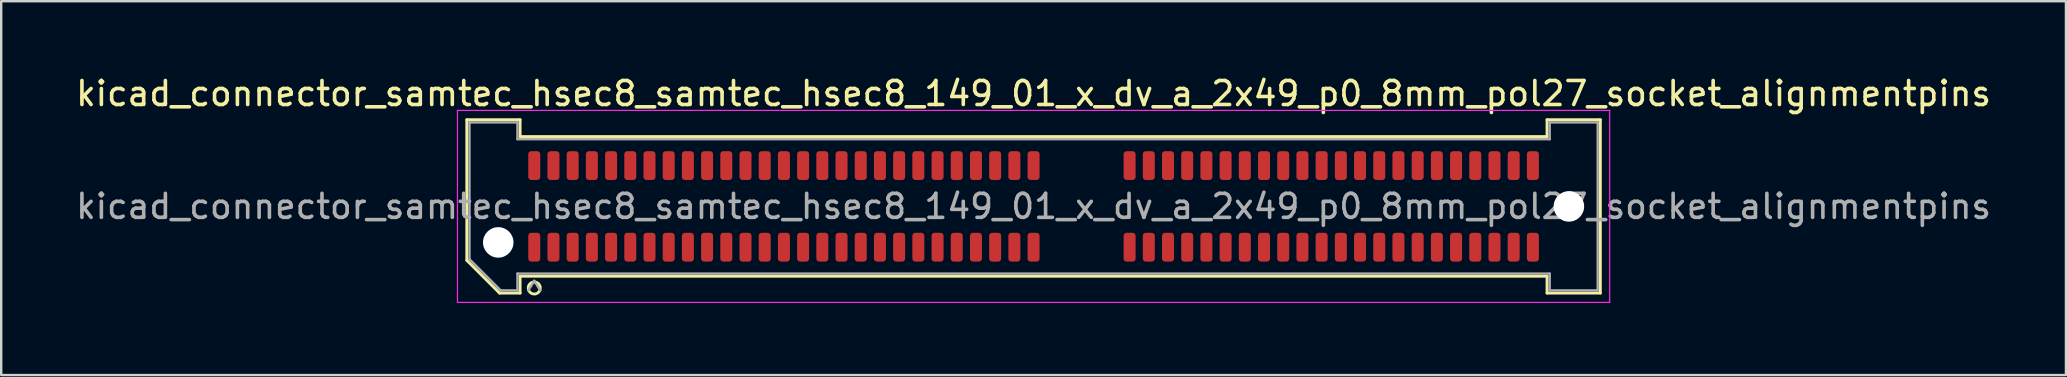
<source format=kicad_pcb>
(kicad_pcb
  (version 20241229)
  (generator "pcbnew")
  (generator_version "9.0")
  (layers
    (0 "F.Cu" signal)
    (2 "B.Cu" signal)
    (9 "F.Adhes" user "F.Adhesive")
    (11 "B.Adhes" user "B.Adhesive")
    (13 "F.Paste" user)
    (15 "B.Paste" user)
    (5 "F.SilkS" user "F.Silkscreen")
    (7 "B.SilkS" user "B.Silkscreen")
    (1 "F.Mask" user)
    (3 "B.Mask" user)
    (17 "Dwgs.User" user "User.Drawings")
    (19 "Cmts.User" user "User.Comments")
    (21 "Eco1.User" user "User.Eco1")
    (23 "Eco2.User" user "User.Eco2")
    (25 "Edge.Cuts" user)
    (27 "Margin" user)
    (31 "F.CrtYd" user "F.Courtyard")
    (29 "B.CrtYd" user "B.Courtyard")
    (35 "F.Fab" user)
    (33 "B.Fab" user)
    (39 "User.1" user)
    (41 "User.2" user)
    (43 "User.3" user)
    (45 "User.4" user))
  (footprint "kicad_connector_samtec_hsec8_samtec_hsec8_149_01_x_dv_a_2x49_p0_8mm_pol27_socket_alignmentpins"
    (layer "F.Cu")
    (at 40.006 5.548)
    (property "Reference" "kicad_connector_samtec_hsec8_samtec_hsec8_149_01_x_dv_a_2x49_p0_8mm_pol27_socket_alignmentpins" (at 0 -4.7 0) (layer "F.SilkS") (effects (font (size 1 1) (thickness 0.15))))
    (attr smd)
    (fp_line (start -23.61 -3.61) (end -21.39 -3.61) (stroke (width 0.12) (type solid)) (layer "F.SilkS"))
    (fp_line (start -23.61 2.246) (end -23.61 -3.61) (stroke (width 0.12) (type solid)) (layer "F.SilkS"))
    (fp_line (start -22.246 3.61) (end -23.61 2.246) (stroke (width 0.12) (type solid)) (layer "F.SilkS"))
    (fp_line (start -21.39 -3.61) (end -21.39 -2.91) (stroke (width 0.12) (type solid)) (layer "F.SilkS"))
    (fp_line (start -21.39 -2.91) (end 21.39 -2.91) (stroke (width 0.12) (type solid)) (layer "F.SilkS"))
    (fp_line (start -21.39 2.91) (end -21.39 3.61) (stroke (width 0.12) (type solid)) (layer "F.SilkS"))
    (fp_line (start -21.39 3.61) (end -22.246 3.61) (stroke (width 0.12) (type solid)) (layer "F.SilkS"))
    (fp_line (start 21.39 -3.61) (end 23.61 -3.61) (stroke (width 0.12) (type solid)) (layer "F.SilkS"))
    (fp_line (start 21.39 -2.91) (end 21.39 -3.61) (stroke (width 0.12) (type solid)) (layer "F.SilkS"))
    (fp_line (start 21.39 2.91) (end -21.39 2.91) (stroke (width 0.12) (type solid)) (layer "F.SilkS"))
    (fp_line (start 21.39 3.61) (end 21.39 2.91) (stroke (width 0.12) (type solid)) (layer "F.SilkS"))
    (fp_line (start 23.61 -3.61) (end 23.61 3.61) (stroke (width 0.12) (type solid)) (layer "F.SilkS"))
    (fp_line (start 23.61 3.61) (end 21.39 3.61) (stroke (width 0.12) (type solid)) (layer "F.SilkS"))
    (fp_arc (start -20.55 3.4) (mid -21.05 3.4) (end -20.55 3.4) (stroke (width 0.12) (type solid)) (layer "F.SilkS"))
    (fp_line (start -24 -4) (end -24 4) (stroke (width 0.05) (type solid)) (layer "F.CrtYd"))
    (fp_line (start -24 4) (end 24 4) (stroke (width 0.05) (type solid)) (layer "F.CrtYd"))
    (fp_line (start 24 -4) (end -24 -4) (stroke (width 0.05) (type solid)) (layer "F.CrtYd"))
    (fp_line (start 24 4) (end 24 -4) (stroke (width 0.05) (type solid)) (layer "F.CrtYd"))
    (fp_line (start -23.5 -3.5) (end -21.5 -3.5) (stroke (width 0.1) (type solid)) (layer "F.Fab"))
    (fp_line (start -23.5 2.2) (end -23.5 -3.5) (stroke (width 0.1) (type solid)) (layer "F.Fab"))
    (fp_line (start -22.2 3.5) (end -23.5 2.2) (stroke (width 0.1) (type solid)) (layer "F.Fab"))
    (fp_line (start -21.5 -3.5) (end -21.5 -2.8) (stroke (width 0.1) (type solid)) (layer "F.Fab"))
    (fp_line (start -21.5 -2.8) (end 21.5 -2.8) (stroke (width 0.1) (type solid)) (layer "F.Fab"))
    (fp_line (start -21.5 2.8) (end -21.5 3.5) (stroke (width 0.1) (type solid)) (layer "F.Fab"))
    (fp_line (start -21.5 3.5) (end -22.2 3.5) (stroke (width 0.1) (type solid)) (layer "F.Fab"))
    (fp_line (start -20.8 3.1) (end -21.05 3.5) (stroke (width 0.1) (type solid)) (layer "F.Fab"))
    (fp_line (start -20.8 3.1) (end -20.55 3.5) (stroke (width 0.1) (type solid)) (layer "F.Fab"))
    (fp_line (start 21.5 -3.5) (end 23.5 -3.5) (stroke (width 0.1) (type solid)) (layer "F.Fab"))
    (fp_line (start 21.5 -2.8) (end 21.5 -3.5) (stroke (width 0.1) (type solid)) (layer "F.Fab"))
    (fp_line (start 21.5 2.8) (end -21.5 2.8) (stroke (width 0.1) (type solid)) (layer "F.Fab"))
    (fp_line (start 21.5 3.5) (end 21.5 2.8) (stroke (width 0.1) (type solid)) (layer "F.Fab"))
    (fp_line (start 23.5 -3.5) (end 23.5 3.5) (stroke (width 0.1) (type solid)) (layer "F.Fab"))
    (fp_line (start 23.5 3.5) (end 21.5 3.5) (stroke (width 0.1) (type solid)) (layer "F.Fab"))
    (fp_text user "${REFERENCE}" (at 0 0 0) (layer "F.Fab") (effects (font (size 1 1) (thickness 0.15))))
    (pad "" np_thru_hole circle (at -22.3 1.5) (size 1.27 1.27) (drill 1.27) (layers "*.Cu" "*.Mask"))
    (pad "" np_thru_hole circle (at 22.3 0) (size 1.27 1.27) (drill 1.27) (layers "*.Cu" "*.Mask"))
    (pad "1" smd roundrect (at -20.8 1.7) (size 0.5 1.2) (layers "F.Cu" "F.Mask" "F.Paste") (roundrect_rratio 0.25))
    (pad "2" smd roundrect (at -20.8 -1.7) (size 0.5 1.2) (layers "F.Cu" "F.Mask" "F.Paste") (roundrect_rratio 0.25))
    (pad "3" smd roundrect (at -20 1.7) (size 0.5 1.2) (layers "F.Cu" "F.Mask" "F.Paste") (roundrect_rratio 0.25))
    (pad "4" smd roundrect (at -20 -1.7) (size 0.5 1.2) (layers "F.Cu" "F.Mask" "F.Paste") (roundrect_rratio 0.25))
    (pad "5" smd roundrect (at -19.2 1.7) (size 0.5 1.2) (layers "F.Cu" "F.Mask" "F.Paste") (roundrect_rratio 0.25))
    (pad "6" smd roundrect (at -19.2 -1.7) (size 0.5 1.2) (layers "F.Cu" "F.Mask" "F.Paste") (roundrect_rratio 0.25))
    (pad "7" smd roundrect (at -18.4 1.7) (size 0.5 1.2) (layers "F.Cu" "F.Mask" "F.Paste") (roundrect_rratio 0.25))
    (pad "8" smd roundrect (at -18.4 -1.7) (size 0.5 1.2) (layers "F.Cu" "F.Mask" "F.Paste") (roundrect_rratio 0.25))
    (pad "9" smd roundrect (at -17.6 1.7) (size 0.5 1.2) (layers "F.Cu" "F.Mask" "F.Paste") (roundrect_rratio 0.25))
    (pad "10" smd roundrect (at -17.6 -1.7) (size 0.5 1.2) (layers "F.Cu" "F.Mask" "F.Paste") (roundrect_rratio 0.25))
    (pad "11" smd roundrect (at -16.8 1.7) (size 0.5 1.2) (layers "F.Cu" "F.Mask" "F.Paste") (roundrect_rratio 0.25))
    (pad "12" smd roundrect (at -16.8 -1.7) (size 0.5 1.2) (layers "F.Cu" "F.Mask" "F.Paste") (roundrect_rratio 0.25))
    (pad "13" smd roundrect (at -16 1.7) (size 0.5 1.2) (layers "F.Cu" "F.Mask" "F.Paste") (roundrect_rratio 0.25))
    (pad "14" smd roundrect (at -16 -1.7) (size 0.5 1.2) (layers "F.Cu" "F.Mask" "F.Paste") (roundrect_rratio 0.25))
    (pad "15" smd roundrect (at -15.2 1.7) (size 0.5 1.2) (layers "F.Cu" "F.Mask" "F.Paste") (roundrect_rratio 0.25))
    (pad "16" smd roundrect (at -15.2 -1.7) (size 0.5 1.2) (layers "F.Cu" "F.Mask" "F.Paste") (roundrect_rratio 0.25))
    (pad "17" smd roundrect (at -14.4 1.7) (size 0.5 1.2) (layers "F.Cu" "F.Mask" "F.Paste") (roundrect_rratio 0.25))
    (pad "18" smd roundrect (at -14.4 -1.7) (size 0.5 1.2) (layers "F.Cu" "F.Mask" "F.Paste") (roundrect_rratio 0.25))
    (pad "19" smd roundrect (at -13.6 1.7) (size 0.5 1.2) (layers "F.Cu" "F.Mask" "F.Paste") (roundrect_rratio 0.25))
    (pad "20" smd roundrect (at -13.6 -1.7) (size 0.5 1.2) (layers "F.Cu" "F.Mask" "F.Paste") (roundrect_rratio 0.25))
    (pad "21" smd roundrect (at -12.8 1.7) (size 0.5 1.2) (layers "F.Cu" "F.Mask" "F.Paste") (roundrect_rratio 0.25))
    (pad "22" smd roundrect (at -12.8 -1.7) (size 0.5 1.2) (layers "F.Cu" "F.Mask" "F.Paste") (roundrect_rratio 0.25))
    (pad "23" smd roundrect (at -12 1.7) (size 0.5 1.2) (layers "F.Cu" "F.Mask" "F.Paste") (roundrect_rratio 0.25))
    (pad "24" smd roundrect (at -12 -1.7) (size 0.5 1.2) (layers "F.Cu" "F.Mask" "F.Paste") (roundrect_rratio 0.25))
    (pad "25" smd roundrect (at -11.2 1.7) (size 0.5 1.2) (layers "F.Cu" "F.Mask" "F.Paste") (roundrect_rratio 0.25))
    (pad "26" smd roundrect (at -11.2 -1.7) (size 0.5 1.2) (layers "F.Cu" "F.Mask" "F.Paste") (roundrect_rratio 0.25))
    (pad "27" smd roundrect (at -10.4 1.7) (size 0.5 1.2) (layers "F.Cu" "F.Mask" "F.Paste") (roundrect_rratio 0.25))
    (pad "28" smd roundrect (at -10.4 -1.7) (size 0.5 1.2) (layers "F.Cu" "F.Mask" "F.Paste") (roundrect_rratio 0.25))
    (pad "29" smd roundrect (at -9.6 1.7) (size 0.5 1.2) (layers "F.Cu" "F.Mask" "F.Paste") (roundrect_rratio 0.25))
    (pad "30" smd roundrect (at -9.6 -1.7) (size 0.5 1.2) (layers "F.Cu" "F.Mask" "F.Paste") (roundrect_rratio 0.25))
    (pad "31" smd roundrect (at -8.8 1.7) (size 0.5 1.2) (layers "F.Cu" "F.Mask" "F.Paste") (roundrect_rratio 0.25))
    (pad "32" smd roundrect (at -8.8 -1.7) (size 0.5 1.2) (layers "F.Cu" "F.Mask" "F.Paste") (roundrect_rratio 0.25))
    (pad "33" smd roundrect (at -8 1.7) (size 0.5 1.2) (layers "F.Cu" "F.Mask" "F.Paste") (roundrect_rratio 0.25))
    (pad "34" smd roundrect (at -8 -1.7) (size 0.5 1.2) (layers "F.Cu" "F.Mask" "F.Paste") (roundrect_rratio 0.25))
    (pad "35" smd roundrect (at -7.2 1.7) (size 0.5 1.2) (layers "F.Cu" "F.Mask" "F.Paste") (roundrect_rratio 0.25))
    (pad "36" smd roundrect (at -7.2 -1.7) (size 0.5 1.2) (layers "F.Cu" "F.Mask" "F.Paste") (roundrect_rratio 0.25))
    (pad "37" smd roundrect (at -6.4 1.7) (size 0.5 1.2) (layers "F.Cu" "F.Mask" "F.Paste") (roundrect_rratio 0.25))
    (pad "38" smd roundrect (at -6.4 -1.7) (size 0.5 1.2) (layers "F.Cu" "F.Mask" "F.Paste") (roundrect_rratio 0.25))
    (pad "39" smd roundrect (at -5.6 1.7) (size 0.5 1.2) (layers "F.Cu" "F.Mask" "F.Paste") (roundrect_rratio 0.25))
    (pad "40" smd roundrect (at -5.6 -1.7) (size 0.5 1.2) (layers "F.Cu" "F.Mask" "F.Paste") (roundrect_rratio 0.25))
    (pad "41" smd roundrect (at -4.8 1.7) (size 0.5 1.2) (layers "F.Cu" "F.Mask" "F.Paste") (roundrect_rratio 0.25))
    (pad "42" smd roundrect (at -4.8 -1.7) (size 0.5 1.2) (layers "F.Cu" "F.Mask" "F.Paste") (roundrect_rratio 0.25))
    (pad "43" smd roundrect (at -4 1.7) (size 0.5 1.2) (layers "F.Cu" "F.Mask" "F.Paste") (roundrect_rratio 0.25))
    (pad "44" smd roundrect (at -4 -1.7) (size 0.5 1.2) (layers "F.Cu" "F.Mask" "F.Paste") (roundrect_rratio 0.25))
    (pad "45" smd roundrect (at -3.2 1.7) (size 0.5 1.2) (layers "F.Cu" "F.Mask" "F.Paste") (roundrect_rratio 0.25))
    (pad "46" smd roundrect (at -3.2 -1.7) (size 0.5 1.2) (layers "F.Cu" "F.Mask" "F.Paste") (roundrect_rratio 0.25))
    (pad "47" smd roundrect (at -2.4 1.7) (size 0.5 1.2) (layers "F.Cu" "F.Mask" "F.Paste") (roundrect_rratio 0.25))
    (pad "48" smd roundrect (at -2.4 -1.7) (size 0.5 1.2) (layers "F.Cu" "F.Mask" "F.Paste") (roundrect_rratio 0.25))
    (pad "49" smd roundrect (at -1.6 1.7) (size 0.5 1.2) (layers "F.Cu" "F.Mask" "F.Paste") (roundrect_rratio 0.25))
    (pad "50" smd roundrect (at -1.6 -1.7) (size 0.5 1.2) (layers "F.Cu" "F.Mask" "F.Paste") (roundrect_rratio 0.25))
    (pad "51" smd roundrect (at -0.8 1.7) (size 0.5 1.2) (layers "F.Cu" "F.Mask" "F.Paste") (roundrect_rratio 0.25))
    (pad "52" smd roundrect (at -0.8 -1.7) (size 0.5 1.2) (layers "F.Cu" "F.Mask" "F.Paste") (roundrect_rratio 0.25))
    (pad "53" smd roundrect (at 0 1.7) (size 0.5 1.2) (layers "F.Cu" "F.Mask" "F.Paste") (roundrect_rratio 0.25))
    (pad "54" smd roundrect (at 0 -1.7) (size 0.5 1.2) (layers "F.Cu" "F.Mask" "F.Paste") (roundrect_rratio 0.25))
    (pad "55" smd roundrect (at 4 1.7) (size 0.5 1.2) (layers "F.Cu" "F.Mask" "F.Paste") (roundrect_rratio 0.25))
    (pad "56" smd roundrect (at 4 -1.7) (size 0.5 1.2) (layers "F.Cu" "F.Mask" "F.Paste") (roundrect_rratio 0.25))
    (pad "57" smd roundrect (at 4.8 1.7) (size 0.5 1.2) (layers "F.Cu" "F.Mask" "F.Paste") (roundrect_rratio 0.25))
    (pad "58" smd roundrect (at 4.8 -1.7) (size 0.5 1.2) (layers "F.Cu" "F.Mask" "F.Paste") (roundrect_rratio 0.25))
    (pad "59" smd roundrect (at 5.6 1.7) (size 0.5 1.2) (layers "F.Cu" "F.Mask" "F.Paste") (roundrect_rratio 0.25))
    (pad "60" smd roundrect (at 5.6 -1.7) (size 0.5 1.2) (layers "F.Cu" "F.Mask" "F.Paste") (roundrect_rratio 0.25))
    (pad "61" smd roundrect (at 6.4 1.7) (size 0.5 1.2) (layers "F.Cu" "F.Mask" "F.Paste") (roundrect_rratio 0.25))
    (pad "62" smd roundrect (at 6.4 -1.7) (size 0.5 1.2) (layers "F.Cu" "F.Mask" "F.Paste") (roundrect_rratio 0.25))
    (pad "63" smd roundrect (at 7.2 1.7) (size 0.5 1.2) (layers "F.Cu" "F.Mask" "F.Paste") (roundrect_rratio 0.25))
    (pad "64" smd roundrect (at 7.2 -1.7) (size 0.5 1.2) (layers "F.Cu" "F.Mask" "F.Paste") (roundrect_rratio 0.25))
    (pad "65" smd roundrect (at 8 1.7) (size 0.5 1.2) (layers "F.Cu" "F.Mask" "F.Paste") (roundrect_rratio 0.25))
    (pad "66" smd roundrect (at 8 -1.7) (size 0.5 1.2) (layers "F.Cu" "F.Mask" "F.Paste") (roundrect_rratio 0.25))
    (pad "67" smd roundrect (at 8.8 1.7) (size 0.5 1.2) (layers "F.Cu" "F.Mask" "F.Paste") (roundrect_rratio 0.25))
    (pad "68" smd roundrect (at 8.8 -1.7) (size 0.5 1.2) (layers "F.Cu" "F.Mask" "F.Paste") (roundrect_rratio 0.25))
    (pad "69" smd roundrect (at 9.6 1.7) (size 0.5 1.2) (layers "F.Cu" "F.Mask" "F.Paste") (roundrect_rratio 0.25))
    (pad "70" smd roundrect (at 9.6 -1.7) (size 0.5 1.2) (layers "F.Cu" "F.Mask" "F.Paste") (roundrect_rratio 0.25))
    (pad "71" smd roundrect (at 10.4 1.7) (size 0.5 1.2) (layers "F.Cu" "F.Mask" "F.Paste") (roundrect_rratio 0.25))
    (pad "72" smd roundrect (at 10.4 -1.7) (size 0.5 1.2) (layers "F.Cu" "F.Mask" "F.Paste") (roundrect_rratio 0.25))
    (pad "73" smd roundrect (at 11.2 1.7) (size 0.5 1.2) (layers "F.Cu" "F.Mask" "F.Paste") (roundrect_rratio 0.25))
    (pad "74" smd roundrect (at 11.2 -1.7) (size 0.5 1.2) (layers "F.Cu" "F.Mask" "F.Paste") (roundrect_rratio 0.25))
    (pad "75" smd roundrect (at 12 1.7) (size 0.5 1.2) (layers "F.Cu" "F.Mask" "F.Paste") (roundrect_rratio 0.25))
    (pad "76" smd roundrect (at 12 -1.7) (size 0.5 1.2) (layers "F.Cu" "F.Mask" "F.Paste") (roundrect_rratio 0.25))
    (pad "77" smd roundrect (at 12.8 1.7) (size 0.5 1.2) (layers "F.Cu" "F.Mask" "F.Paste") (roundrect_rratio 0.25))
    (pad "78" smd roundrect (at 12.8 -1.7) (size 0.5 1.2) (layers "F.Cu" "F.Mask" "F.Paste") (roundrect_rratio 0.25))
    (pad "79" smd roundrect (at 13.6 1.7) (size 0.5 1.2) (layers "F.Cu" "F.Mask" "F.Paste") (roundrect_rratio 0.25))
    (pad "80" smd roundrect (at 13.6 -1.7) (size 0.5 1.2) (layers "F.Cu" "F.Mask" "F.Paste") (roundrect_rratio 0.25))
    (pad "81" smd roundrect (at 14.4 1.7) (size 0.5 1.2) (layers "F.Cu" "F.Mask" "F.Paste") (roundrect_rratio 0.25))
    (pad "82" smd roundrect (at 14.4 -1.7) (size 0.5 1.2) (layers "F.Cu" "F.Mask" "F.Paste") (roundrect_rratio 0.25))
    (pad "83" smd roundrect (at 15.2 1.7) (size 0.5 1.2) (layers "F.Cu" "F.Mask" "F.Paste") (roundrect_rratio 0.25))
    (pad "84" smd roundrect (at 15.2 -1.7) (size 0.5 1.2) (layers "F.Cu" "F.Mask" "F.Paste") (roundrect_rratio 0.25))
    (pad "85" smd roundrect (at 16 1.7) (size 0.5 1.2) (layers "F.Cu" "F.Mask" "F.Paste") (roundrect_rratio 0.25))
    (pad "86" smd roundrect (at 16 -1.7) (size 0.5 1.2) (layers "F.Cu" "F.Mask" "F.Paste") (roundrect_rratio 0.25))
    (pad "87" smd roundrect (at 16.8 1.7) (size 0.5 1.2) (layers "F.Cu" "F.Mask" "F.Paste") (roundrect_rratio 0.25))
    (pad "88" smd roundrect (at 16.8 -1.7) (size 0.5 1.2) (layers "F.Cu" "F.Mask" "F.Paste") (roundrect_rratio 0.25))
    (pad "89" smd roundrect (at 17.6 1.7) (size 0.5 1.2) (layers "F.Cu" "F.Mask" "F.Paste") (roundrect_rratio 0.25))
    (pad "90" smd roundrect (at 17.6 -1.7) (size 0.5 1.2) (layers "F.Cu" "F.Mask" "F.Paste") (roundrect_rratio 0.25))
    (pad "91" smd roundrect (at 18.4 1.7) (size 0.5 1.2) (layers "F.Cu" "F.Mask" "F.Paste") (roundrect_rratio 0.25))
    (pad "92" smd roundrect (at 18.4 -1.7) (size 0.5 1.2) (layers "F.Cu" "F.Mask" "F.Paste") (roundrect_rratio 0.25))
    (pad "93" smd roundrect (at 19.2 1.7) (size 0.5 1.2) (layers "F.Cu" "F.Mask" "F.Paste") (roundrect_rratio 0.25))
    (pad "94" smd roundrect (at 19.2 -1.7) (size 0.5 1.2) (layers "F.Cu" "F.Mask" "F.Paste") (roundrect_rratio 0.25))
    (pad "95" smd roundrect (at 20 1.7) (size 0.5 1.2) (layers "F.Cu" "F.Mask" "F.Paste") (roundrect_rratio 0.25))
    (pad "96" smd roundrect (at 20 -1.7) (size 0.5 1.2) (layers "F.Cu" "F.Mask" "F.Paste") (roundrect_rratio 0.25))
    (pad "97" smd roundrect (at 20.8 1.7) (size 0.5 1.2) (layers "F.Cu" "F.Mask" "F.Paste") (roundrect_rratio 0.25))
    (pad "98" smd roundrect (at 20.8 -1.7) (size 0.5 1.2) (layers "F.Cu" "F.Mask" "F.Paste") (roundrect_rratio 0.25)))
  (gr_rect
    (start -3 -3)
    (end 83.012 12.573)
    (stroke (width 0.1) (type default))
    (fill no)
    (layer "Edge.Cuts")))
</source>
